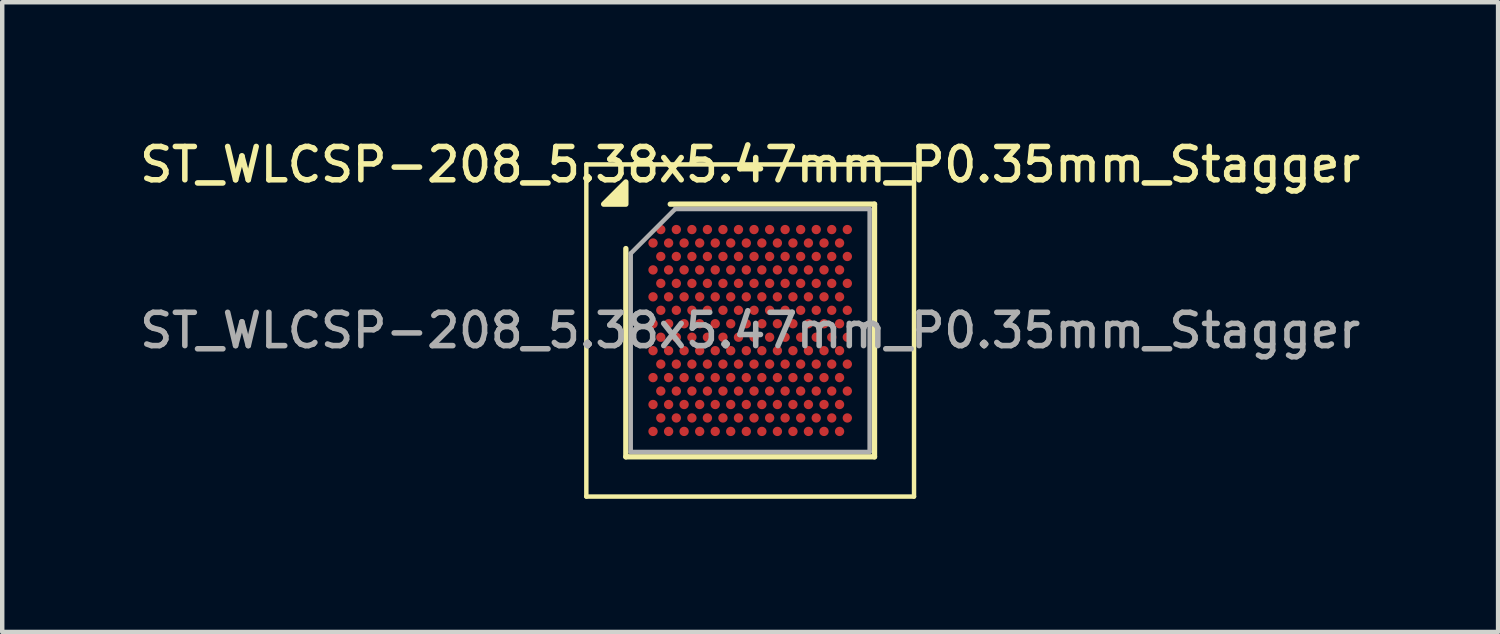
<source format=kicad_pcb>
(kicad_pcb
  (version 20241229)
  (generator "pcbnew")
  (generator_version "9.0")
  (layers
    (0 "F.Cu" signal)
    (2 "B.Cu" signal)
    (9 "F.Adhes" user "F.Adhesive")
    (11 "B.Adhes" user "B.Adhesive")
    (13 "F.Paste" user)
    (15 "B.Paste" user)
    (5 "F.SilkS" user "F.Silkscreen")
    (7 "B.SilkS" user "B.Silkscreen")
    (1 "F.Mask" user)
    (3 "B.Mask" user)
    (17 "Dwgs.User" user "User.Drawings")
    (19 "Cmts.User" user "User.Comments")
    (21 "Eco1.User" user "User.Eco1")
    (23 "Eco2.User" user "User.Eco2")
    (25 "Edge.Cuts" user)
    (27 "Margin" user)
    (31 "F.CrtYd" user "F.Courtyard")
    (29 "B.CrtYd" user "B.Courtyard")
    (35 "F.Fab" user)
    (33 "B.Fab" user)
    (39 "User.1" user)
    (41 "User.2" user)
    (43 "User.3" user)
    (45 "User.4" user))
  (footprint "ST_WLCSP-208_5.38x5.47mm_P0.35mm_Stagger"
    (layer "F.Cu")
    (at 13.845 4.393)
    (property "Reference" "ST_WLCSP-208_5.38x5.47mm_P0.35mm_Stagger" (at 0 -3.735 0) (layer "F.SilkS") (effects (font (size 0.75 0.75) (thickness 0.125))))
    (attr smd)
    (fp_line (start -3.69 -3.74) (end -3.69 3.74) (stroke (width 0.1) (type solid)) (layer "F.SilkS"))
    (fp_line (start -3.69 3.74) (end 3.69 3.74) (stroke (width 0.1) (type solid)) (layer "F.SilkS"))
    (fp_line (start -2.8 2.845) (end -2.8 -1.845) (stroke (width 0.12) (type solid)) (layer "F.SilkS"))
    (fp_line (start -1.8 -2.845) (end 2.8 -2.845) (stroke (width 0.12) (type solid)) (layer "F.SilkS"))
    (fp_line (start 2.8 -2.845) (end 2.8 2.845) (stroke (width 0.12) (type solid)) (layer "F.SilkS"))
    (fp_line (start 2.8 2.845) (end -2.8 2.845) (stroke (width 0.12) (type solid)) (layer "F.SilkS"))
    (fp_line (start 3.69 -3.74) (end -3.69 -3.74) (stroke (width 0.1) (type solid)) (layer "F.SilkS"))
    (fp_line (start 3.69 3.74) (end 3.69 -3.74) (stroke (width 0.1) (type solid)) (layer "F.SilkS"))
    (fp_poly (pts (xy -2.8 -2.845) (xy -3.3 -2.845) (xy -2.8 -3.345) (xy -2.8 -2.845)) (stroke (width 0.12) (type solid)) (fill yes) (layer "F.SilkS"))
    (fp_line (start -2.69 -1.735) (end -1.69 -2.735) (stroke (width 0.1) (type solid)) (layer "F.Fab"))
    (fp_line (start -2.69 2.735) (end -2.69 -1.735) (stroke (width 0.1) (type solid)) (layer "F.Fab"))
    (fp_line (start -1.69 -2.735) (end 2.69 -2.735) (stroke (width 0.1) (type solid)) (layer "F.Fab"))
    (fp_line (start 2.69 -2.735) (end 2.69 2.735) (stroke (width 0.1) (type solid)) (layer "F.Fab"))
    (fp_line (start 2.69 2.735) (end -2.69 2.735) (stroke (width 0.1) (type solid)) (layer "F.Fab"))
    (fp_text user "${REFERENCE}" (at 0 0 0) (layer "F.Fab") (effects (font (size 0.75 0.75) (thickness 0.125))))
    (pad "A2" smd circle (at -2.013 -2.273) (size 0.21 0.21) (property pad_prop_bga) (layers "F.Cu" "F.Mask" "F.Paste"))
    (pad "A4" smd circle (at -1.663 -2.273) (size 0.21 0.21) (property pad_prop_bga) (layers "F.Cu" "F.Mask" "F.Paste"))
    (pad "A6" smd circle (at -1.312 -2.273) (size 0.21 0.21) (property pad_prop_bga) (layers "F.Cu" "F.Mask" "F.Paste"))
    (pad "A8" smd circle (at -0.963 -2.273) (size 0.21 0.21) (property pad_prop_bga) (layers "F.Cu" "F.Mask" "F.Paste"))
    (pad "A10" smd circle (at -0.613 -2.273) (size 0.21 0.21) (property pad_prop_bga) (layers "F.Cu" "F.Mask" "F.Paste"))
    (pad "A12" smd circle (at -0.263 -2.273) (size 0.21 0.21) (property pad_prop_bga) (layers "F.Cu" "F.Mask" "F.Paste"))
    (pad "A14" smd circle (at 0.087 -2.273) (size 0.21 0.21) (property pad_prop_bga) (layers "F.Cu" "F.Mask" "F.Paste"))
    (pad "A16" smd circle (at 0.438 -2.273) (size 0.21 0.21) (property pad_prop_bga) (layers "F.Cu" "F.Mask" "F.Paste"))
    (pad "A18" smd circle (at 0.787 -2.273) (size 0.21 0.21) (property pad_prop_bga) (layers "F.Cu" "F.Mask" "F.Paste"))
    (pad "A20" smd circle (at 1.137 -2.273) (size 0.21 0.21) (property pad_prop_bga) (layers "F.Cu" "F.Mask" "F.Paste"))
    (pad "A22" smd circle (at 1.488 -2.273) (size 0.21 0.21) (property pad_prop_bga) (layers "F.Cu" "F.Mask" "F.Paste"))
    (pad "A24" smd circle (at 1.837 -2.273) (size 0.21 0.21) (property pad_prop_bga) (layers "F.Cu" "F.Mask" "F.Paste"))
    (pad "A26" smd circle (at 2.188 -2.273) (size 0.21 0.21) (property pad_prop_bga) (layers "F.Cu" "F.Mask" "F.Paste"))
    (pad "B1" smd circle (at -2.188 -1.97) (size 0.21 0.21) (property pad_prop_bga) (layers "F.Cu" "F.Mask" "F.Paste"))
    (pad "B3" smd circle (at -1.837 -1.97) (size 0.21 0.21) (property pad_prop_bga) (layers "F.Cu" "F.Mask" "F.Paste"))
    (pad "B5" smd circle (at -1.488 -1.97) (size 0.21 0.21) (property pad_prop_bga) (layers "F.Cu" "F.Mask" "F.Paste"))
    (pad "B7" smd circle (at -1.137 -1.97) (size 0.21 0.21) (property pad_prop_bga) (layers "F.Cu" "F.Mask" "F.Paste"))
    (pad "B9" smd circle (at -0.787 -1.97) (size 0.21 0.21) (property pad_prop_bga) (layers "F.Cu" "F.Mask" "F.Paste"))
    (pad "B11" smd circle (at -0.438 -1.97) (size 0.21 0.21) (property pad_prop_bga) (layers "F.Cu" "F.Mask" "F.Paste"))
    (pad "B13" smd circle (at -0.087 -1.97) (size 0.21 0.21) (property pad_prop_bga) (layers "F.Cu" "F.Mask" "F.Paste"))
    (pad "B15" smd circle (at 0.263 -1.97) (size 0.21 0.21) (property pad_prop_bga) (layers "F.Cu" "F.Mask" "F.Paste"))
    (pad "B17" smd circle (at 0.613 -1.97) (size 0.21 0.21) (property pad_prop_bga) (layers "F.Cu" "F.Mask" "F.Paste"))
    (pad "B19" smd circle (at 0.963 -1.97) (size 0.21 0.21) (property pad_prop_bga) (layers "F.Cu" "F.Mask" "F.Paste"))
    (pad "B21" smd circle (at 1.312 -1.97) (size 0.21 0.21) (property pad_prop_bga) (layers "F.Cu" "F.Mask" "F.Paste"))
    (pad "B23" smd circle (at 1.663 -1.97) (size 0.21 0.21) (property pad_prop_bga) (layers "F.Cu" "F.Mask" "F.Paste"))
    (pad "B25" smd circle (at 2.013 -1.97) (size 0.21 0.21) (property pad_prop_bga) (layers "F.Cu" "F.Mask" "F.Paste"))
    (pad "C2" smd circle (at -2.013 -1.667) (size 0.21 0.21) (property pad_prop_bga) (layers "F.Cu" "F.Mask" "F.Paste"))
    (pad "C4" smd circle (at -1.663 -1.667) (size 0.21 0.21) (property pad_prop_bga) (layers "F.Cu" "F.Mask" "F.Paste"))
    (pad "C6" smd circle (at -1.312 -1.667) (size 0.21 0.21) (property pad_prop_bga) (layers "F.Cu" "F.Mask" "F.Paste"))
    (pad "C8" smd circle (at -0.963 -1.667) (size 0.21 0.21) (property pad_prop_bga) (layers "F.Cu" "F.Mask" "F.Paste"))
    (pad "C10" smd circle (at -0.613 -1.667) (size 0.21 0.21) (property pad_prop_bga) (layers "F.Cu" "F.Mask" "F.Paste"))
    (pad "C12" smd circle (at -0.263 -1.667) (size 0.21 0.21) (property pad_prop_bga) (layers "F.Cu" "F.Mask" "F.Paste"))
    (pad "C14" smd circle (at 0.087 -1.667) (size 0.21 0.21) (property pad_prop_bga) (layers "F.Cu" "F.Mask" "F.Paste"))
    (pad "C16" smd circle (at 0.438 -1.667) (size 0.21 0.21) (property pad_prop_bga) (layers "F.Cu" "F.Mask" "F.Paste"))
    (pad "C18" smd circle (at 0.787 -1.667) (size 0.21 0.21) (property pad_prop_bga) (layers "F.Cu" "F.Mask" "F.Paste"))
    (pad "C20" smd circle (at 1.137 -1.667) (size 0.21 0.21) (property pad_prop_bga) (layers "F.Cu" "F.Mask" "F.Paste"))
    (pad "C22" smd circle (at 1.488 -1.667) (size 0.21 0.21) (property pad_prop_bga) (layers "F.Cu" "F.Mask" "F.Paste"))
    (pad "C24" smd circle (at 1.837 -1.667) (size 0.21 0.21) (property pad_prop_bga) (layers "F.Cu" "F.Mask" "F.Paste"))
    (pad "C26" smd circle (at 2.188 -1.667) (size 0.21 0.21) (property pad_prop_bga) (layers "F.Cu" "F.Mask" "F.Paste"))
    (pad "D1" smd circle (at -2.188 -1.364) (size 0.21 0.21) (property pad_prop_bga) (layers "F.Cu" "F.Mask" "F.Paste"))
    (pad "D3" smd circle (at -1.837 -1.364) (size 0.21 0.21) (property pad_prop_bga) (layers "F.Cu" "F.Mask" "F.Paste"))
    (pad "D5" smd circle (at -1.488 -1.364) (size 0.21 0.21) (property pad_prop_bga) (layers "F.Cu" "F.Mask" "F.Paste"))
    (pad "D7" smd circle (at -1.137 -1.364) (size 0.21 0.21) (property pad_prop_bga) (layers "F.Cu" "F.Mask" "F.Paste"))
    (pad "D9" smd circle (at -0.787 -1.364) (size 0.21 0.21) (property pad_prop_bga) (layers "F.Cu" "F.Mask" "F.Paste"))
    (pad "D11" smd circle (at -0.438 -1.364) (size 0.21 0.21) (property pad_prop_bga) (layers "F.Cu" "F.Mask" "F.Paste"))
    (pad "D13" smd circle (at -0.087 -1.364) (size 0.21 0.21) (property pad_prop_bga) (layers "F.Cu" "F.Mask" "F.Paste"))
    (pad "D15" smd circle (at 0.263 -1.364) (size 0.21 0.21) (property pad_prop_bga) (layers "F.Cu" "F.Mask" "F.Paste"))
    (pad "D17" smd circle (at 0.613 -1.364) (size 0.21 0.21) (property pad_prop_bga) (layers "F.Cu" "F.Mask" "F.Paste"))
    (pad "D19" smd circle (at 0.963 -1.364) (size 0.21 0.21) (property pad_prop_bga) (layers "F.Cu" "F.Mask" "F.Paste"))
    (pad "D21" smd circle (at 1.312 -1.364) (size 0.21 0.21) (property pad_prop_bga) (layers "F.Cu" "F.Mask" "F.Paste"))
    (pad "D23" smd circle (at 1.663 -1.364) (size 0.21 0.21) (property pad_prop_bga) (layers "F.Cu" "F.Mask" "F.Paste"))
    (pad "D25" smd circle (at 2.013 -1.364) (size 0.21 0.21) (property pad_prop_bga) (layers "F.Cu" "F.Mask" "F.Paste"))
    (pad "E2" smd circle (at -2.013 -1.061) (size 0.21 0.21) (property pad_prop_bga) (layers "F.Cu" "F.Mask" "F.Paste"))
    (pad "E4" smd circle (at -1.663 -1.061) (size 0.21 0.21) (property pad_prop_bga) (layers "F.Cu" "F.Mask" "F.Paste"))
    (pad "E6" smd circle (at -1.312 -1.061) (size 0.21 0.21) (property pad_prop_bga) (layers "F.Cu" "F.Mask" "F.Paste"))
    (pad "E8" smd circle (at -0.963 -1.061) (size 0.21 0.21) (property pad_prop_bga) (layers "F.Cu" "F.Mask" "F.Paste"))
    (pad "E10" smd circle (at -0.613 -1.061) (size 0.21 0.21) (property pad_prop_bga) (layers "F.Cu" "F.Mask" "F.Paste"))
    (pad "E12" smd circle (at -0.263 -1.061) (size 0.21 0.21) (property pad_prop_bga) (layers "F.Cu" "F.Mask" "F.Paste"))
    (pad "E14" smd circle (at 0.087 -1.061) (size 0.21 0.21) (property pad_prop_bga) (layers "F.Cu" "F.Mask" "F.Paste"))
    (pad "E16" smd circle (at 0.438 -1.061) (size 0.21 0.21) (property pad_prop_bga) (layers "F.Cu" "F.Mask" "F.Paste"))
    (pad "E18" smd circle (at 0.787 -1.061) (size 0.21 0.21) (property pad_prop_bga) (layers "F.Cu" "F.Mask" "F.Paste"))
    (pad "E20" smd circle (at 1.137 -1.061) (size 0.21 0.21) (property pad_prop_bga) (layers "F.Cu" "F.Mask" "F.Paste"))
    (pad "E22" smd circle (at 1.488 -1.061) (size 0.21 0.21) (property pad_prop_bga) (layers "F.Cu" "F.Mask" "F.Paste"))
    (pad "E24" smd circle (at 1.837 -1.061) (size 0.21 0.21) (property pad_prop_bga) (layers "F.Cu" "F.Mask" "F.Paste"))
    (pad "E26" smd circle (at 2.188 -1.061) (size 0.21 0.21) (property pad_prop_bga) (layers "F.Cu" "F.Mask" "F.Paste"))
    (pad "F1" smd circle (at -2.188 -0.758) (size 0.21 0.21) (property pad_prop_bga) (layers "F.Cu" "F.Mask" "F.Paste"))
    (pad "F3" smd circle (at -1.837 -0.758) (size 0.21 0.21) (property pad_prop_bga) (layers "F.Cu" "F.Mask" "F.Paste"))
    (pad "F5" smd circle (at -1.488 -0.758) (size 0.21 0.21) (property pad_prop_bga) (layers "F.Cu" "F.Mask" "F.Paste"))
    (pad "F7" smd circle (at -1.137 -0.758) (size 0.21 0.21) (property pad_prop_bga) (layers "F.Cu" "F.Mask" "F.Paste"))
    (pad "F9" smd circle (at -0.787 -0.758) (size 0.21 0.21) (property pad_prop_bga) (layers "F.Cu" "F.Mask" "F.Paste"))
    (pad "F11" smd circle (at -0.438 -0.758) (size 0.21 0.21) (property pad_prop_bga) (layers "F.Cu" "F.Mask" "F.Paste"))
    (pad "F13" smd circle (at -0.087 -0.758) (size 0.21 0.21) (property pad_prop_bga) (layers "F.Cu" "F.Mask" "F.Paste"))
    (pad "F15" smd circle (at 0.263 -0.758) (size 0.21 0.21) (property pad_prop_bga) (layers "F.Cu" "F.Mask" "F.Paste"))
    (pad "F17" smd circle (at 0.613 -0.758) (size 0.21 0.21) (property pad_prop_bga) (layers "F.Cu" "F.Mask" "F.Paste"))
    (pad "F19" smd circle (at 0.963 -0.758) (size 0.21 0.21) (property pad_prop_bga) (layers "F.Cu" "F.Mask" "F.Paste"))
    (pad "F21" smd circle (at 1.312 -0.758) (size 0.21 0.21) (property pad_prop_bga) (layers "F.Cu" "F.Mask" "F.Paste"))
    (pad "F23" smd circle (at 1.663 -0.758) (size 0.21 0.21) (property pad_prop_bga) (layers "F.Cu" "F.Mask" "F.Paste"))
    (pad "F25" smd circle (at 2.013 -0.758) (size 0.21 0.21) (property pad_prop_bga) (layers "F.Cu" "F.Mask" "F.Paste"))
    (pad "G2" smd circle (at -2.013 -0.455) (size 0.21 0.21) (property pad_prop_bga) (layers "F.Cu" "F.Mask" "F.Paste"))
    (pad "G4" smd circle (at -1.663 -0.455) (size 0.21 0.21) (property pad_prop_bga) (layers "F.Cu" "F.Mask" "F.Paste"))
    (pad "G6" smd circle (at -1.312 -0.455) (size 0.21 0.21) (property pad_prop_bga) (layers "F.Cu" "F.Mask" "F.Paste"))
    (pad "G8" smd circle (at -0.963 -0.455) (size 0.21 0.21) (property pad_prop_bga) (layers "F.Cu" "F.Mask" "F.Paste"))
    (pad "G10" smd circle (at -0.613 -0.455) (size 0.21 0.21) (property pad_prop_bga) (layers "F.Cu" "F.Mask" "F.Paste"))
    (pad "G12" smd circle (at -0.263 -0.455) (size 0.21 0.21) (property pad_prop_bga) (layers "F.Cu" "F.Mask" "F.Paste"))
    (pad "G14" smd circle (at 0.087 -0.455) (size 0.21 0.21) (property pad_prop_bga) (layers "F.Cu" "F.Mask" "F.Paste"))
    (pad "G16" smd circle (at 0.438 -0.455) (size 0.21 0.21) (property pad_prop_bga) (layers "F.Cu" "F.Mask" "F.Paste"))
    (pad "G18" smd circle (at 0.787 -0.455) (size 0.21 0.21) (property pad_prop_bga) (layers "F.Cu" "F.Mask" "F.Paste"))
    (pad "G20" smd circle (at 1.137 -0.455) (size 0.21 0.21) (property pad_prop_bga) (layers "F.Cu" "F.Mask" "F.Paste"))
    (pad "G22" smd circle (at 1.488 -0.455) (size 0.21 0.21) (property pad_prop_bga) (layers "F.Cu" "F.Mask" "F.Paste"))
    (pad "G24" smd circle (at 1.837 -0.455) (size 0.21 0.21) (property pad_prop_bga) (layers "F.Cu" "F.Mask" "F.Paste"))
    (pad "G26" smd circle (at 2.188 -0.455) (size 0.21 0.21) (property pad_prop_bga) (layers "F.Cu" "F.Mask" "F.Paste"))
    (pad "H1" smd circle (at -2.188 -0.152) (size 0.21 0.21) (property pad_prop_bga) (layers "F.Cu" "F.Mask" "F.Paste"))
    (pad "H3" smd circle (at -1.837 -0.152) (size 0.21 0.21) (property pad_prop_bga) (layers "F.Cu" "F.Mask" "F.Paste"))
    (pad "H5" smd circle (at -1.488 -0.152) (size 0.21 0.21) (property pad_prop_bga) (layers "F.Cu" "F.Mask" "F.Paste"))
    (pad "H7" smd circle (at -1.137 -0.152) (size 0.21 0.21) (property pad_prop_bga) (layers "F.Cu" "F.Mask" "F.Paste"))
    (pad "H9" smd circle (at -0.787 -0.152) (size 0.21 0.21) (property pad_prop_bga) (layers "F.Cu" "F.Mask" "F.Paste"))
    (pad "H11" smd circle (at -0.438 -0.152) (size 0.21 0.21) (property pad_prop_bga) (layers "F.Cu" "F.Mask" "F.Paste"))
    (pad "H13" smd circle (at -0.087 -0.152) (size 0.21 0.21) (property pad_prop_bga) (layers "F.Cu" "F.Mask" "F.Paste"))
    (pad "H15" smd circle (at 0.263 -0.152) (size 0.21 0.21) (property pad_prop_bga) (layers "F.Cu" "F.Mask" "F.Paste"))
    (pad "H17" smd circle (at 0.613 -0.152) (size 0.21 0.21) (property pad_prop_bga) (layers "F.Cu" "F.Mask" "F.Paste"))
    (pad "H19" smd circle (at 0.963 -0.152) (size 0.21 0.21) (property pad_prop_bga) (layers "F.Cu" "F.Mask" "F.Paste"))
    (pad "H21" smd circle (at 1.312 -0.152) (size 0.21 0.21) (property pad_prop_bga) (layers "F.Cu" "F.Mask" "F.Paste"))
    (pad "H23" smd circle (at 1.663 -0.152) (size 0.21 0.21) (property pad_prop_bga) (layers "F.Cu" "F.Mask" "F.Paste"))
    (pad "H25" smd circle (at 2.013 -0.152) (size 0.21 0.21) (property pad_prop_bga) (layers "F.Cu" "F.Mask" "F.Paste"))
    (pad "J2" smd circle (at -2.013 0.152) (size 0.21 0.21) (property pad_prop_bga) (layers "F.Cu" "F.Mask" "F.Paste"))
    (pad "J4" smd circle (at -1.663 0.152) (size 0.21 0.21) (property pad_prop_bga) (layers "F.Cu" "F.Mask" "F.Paste"))
    (pad "J6" smd circle (at -1.312 0.152) (size 0.21 0.21) (property pad_prop_bga) (layers "F.Cu" "F.Mask" "F.Paste"))
    (pad "J8" smd circle (at -0.963 0.152) (size 0.21 0.21) (property pad_prop_bga) (layers "F.Cu" "F.Mask" "F.Paste"))
    (pad "J10" smd circle (at -0.613 0.152) (size 0.21 0.21) (property pad_prop_bga) (layers "F.Cu" "F.Mask" "F.Paste"))
    (pad "J12" smd circle (at -0.263 0.152) (size 0.21 0.21) (property pad_prop_bga) (layers "F.Cu" "F.Mask" "F.Paste"))
    (pad "J14" smd circle (at 0.087 0.152) (size 0.21 0.21) (property pad_prop_bga) (layers "F.Cu" "F.Mask" "F.Paste"))
    (pad "J16" smd circle (at 0.438 0.152) (size 0.21 0.21) (property pad_prop_bga) (layers "F.Cu" "F.Mask" "F.Paste"))
    (pad "J18" smd circle (at 0.787 0.152) (size 0.21 0.21) (property pad_prop_bga) (layers "F.Cu" "F.Mask" "F.Paste"))
    (pad "J20" smd circle (at 1.137 0.152) (size 0.21 0.21) (property pad_prop_bga) (layers "F.Cu" "F.Mask" "F.Paste"))
    (pad "J22" smd circle (at 1.488 0.152) (size 0.21 0.21) (property pad_prop_bga) (layers "F.Cu" "F.Mask" "F.Paste"))
    (pad "J24" smd circle (at 1.837 0.152) (size 0.21 0.21) (property pad_prop_bga) (layers "F.Cu" "F.Mask" "F.Paste"))
    (pad "J26" smd circle (at 2.188 0.152) (size 0.21 0.21) (property pad_prop_bga) (layers "F.Cu" "F.Mask" "F.Paste"))
    (pad "K1" smd circle (at -2.188 0.455) (size 0.21 0.21) (property pad_prop_bga) (layers "F.Cu" "F.Mask" "F.Paste"))
    (pad "K3" smd circle (at -1.837 0.455) (size 0.21 0.21) (property pad_prop_bga) (layers "F.Cu" "F.Mask" "F.Paste"))
    (pad "K5" smd circle (at -1.488 0.455) (size 0.21 0.21) (property pad_prop_bga) (layers "F.Cu" "F.Mask" "F.Paste"))
    (pad "K7" smd circle (at -1.137 0.455) (size 0.21 0.21) (property pad_prop_bga) (layers "F.Cu" "F.Mask" "F.Paste"))
    (pad "K9" smd circle (at -0.787 0.455) (size 0.21 0.21) (property pad_prop_bga) (layers "F.Cu" "F.Mask" "F.Paste"))
    (pad "K11" smd circle (at -0.438 0.455) (size 0.21 0.21) (property pad_prop_bga) (layers "F.Cu" "F.Mask" "F.Paste"))
    (pad "K13" smd circle (at -0.087 0.455) (size 0.21 0.21) (property pad_prop_bga) (layers "F.Cu" "F.Mask" "F.Paste"))
    (pad "K15" smd circle (at 0.263 0.455) (size 0.21 0.21) (property pad_prop_bga) (layers "F.Cu" "F.Mask" "F.Paste"))
    (pad "K17" smd circle (at 0.613 0.455) (size 0.21 0.21) (property pad_prop_bga) (layers "F.Cu" "F.Mask" "F.Paste"))
    (pad "K19" smd circle (at 0.963 0.455) (size 0.21 0.21) (property pad_prop_bga) (layers "F.Cu" "F.Mask" "F.Paste"))
    (pad "K21" smd circle (at 1.312 0.455) (size 0.21 0.21) (property pad_prop_bga) (layers "F.Cu" "F.Mask" "F.Paste"))
    (pad "K23" smd circle (at 1.663 0.455) (size 0.21 0.21) (property pad_prop_bga) (layers "F.Cu" "F.Mask" "F.Paste"))
    (pad "K25" smd circle (at 2.013 0.455) (size 0.21 0.21) (property pad_prop_bga) (layers "F.Cu" "F.Mask" "F.Paste"))
    (pad "L2" smd circle (at -2.013 0.758) (size 0.21 0.21) (property pad_prop_bga) (layers "F.Cu" "F.Mask" "F.Paste"))
    (pad "L4" smd circle (at -1.663 0.758) (size 0.21 0.21) (property pad_prop_bga) (layers "F.Cu" "F.Mask" "F.Paste"))
    (pad "L6" smd circle (at -1.312 0.758) (size 0.21 0.21) (property pad_prop_bga) (layers "F.Cu" "F.Mask" "F.Paste"))
    (pad "L8" smd circle (at -0.963 0.758) (size 0.21 0.21) (property pad_prop_bga) (layers "F.Cu" "F.Mask" "F.Paste"))
    (pad "L10" smd circle (at -0.613 0.758) (size 0.21 0.21) (property pad_prop_bga) (layers "F.Cu" "F.Mask" "F.Paste"))
    (pad "L12" smd circle (at -0.263 0.758) (size 0.21 0.21) (property pad_prop_bga) (layers "F.Cu" "F.Mask" "F.Paste"))
    (pad "L14" smd circle (at 0.087 0.758) (size 0.21 0.21) (property pad_prop_bga) (layers "F.Cu" "F.Mask" "F.Paste"))
    (pad "L16" smd circle (at 0.438 0.758) (size 0.21 0.21) (property pad_prop_bga) (layers "F.Cu" "F.Mask" "F.Paste"))
    (pad "L18" smd circle (at 0.787 0.758) (size 0.21 0.21) (property pad_prop_bga) (layers "F.Cu" "F.Mask" "F.Paste"))
    (pad "L20" smd circle (at 1.137 0.758) (size 0.21 0.21) (property pad_prop_bga) (layers "F.Cu" "F.Mask" "F.Paste"))
    (pad "L22" smd circle (at 1.488 0.758) (size 0.21 0.21) (property pad_prop_bga) (layers "F.Cu" "F.Mask" "F.Paste"))
    (pad "L24" smd circle (at 1.837 0.758) (size 0.21 0.21) (property pad_prop_bga) (layers "F.Cu" "F.Mask" "F.Paste"))
    (pad "L26" smd circle (at 2.188 0.758) (size 0.21 0.21) (property pad_prop_bga) (layers "F.Cu" "F.Mask" "F.Paste"))
    (pad "M1" smd circle (at -2.188 1.061) (size 0.21 0.21) (property pad_prop_bga) (layers "F.Cu" "F.Mask" "F.Paste"))
    (pad "M3" smd circle (at -1.837 1.061) (size 0.21 0.21) (property pad_prop_bga) (layers "F.Cu" "F.Mask" "F.Paste"))
    (pad "M5" smd circle (at -1.488 1.061) (size 0.21 0.21) (property pad_prop_bga) (layers "F.Cu" "F.Mask" "F.Paste"))
    (pad "M7" smd circle (at -1.137 1.061) (size 0.21 0.21) (property pad_prop_bga) (layers "F.Cu" "F.Mask" "F.Paste"))
    (pad "M9" smd circle (at -0.787 1.061) (size 0.21 0.21) (property pad_prop_bga) (layers "F.Cu" "F.Mask" "F.Paste"))
    (pad "M11" smd circle (at -0.438 1.061) (size 0.21 0.21) (property pad_prop_bga) (layers "F.Cu" "F.Mask" "F.Paste"))
    (pad "M13" smd circle (at -0.087 1.061) (size 0.21 0.21) (property pad_prop_bga) (layers "F.Cu" "F.Mask" "F.Paste"))
    (pad "M15" smd circle (at 0.263 1.061) (size 0.21 0.21) (property pad_prop_bga) (layers "F.Cu" "F.Mask" "F.Paste"))
    (pad "M17" smd circle (at 0.613 1.061) (size 0.21 0.21) (property pad_prop_bga) (layers "F.Cu" "F.Mask" "F.Paste"))
    (pad "M19" smd circle (at 0.963 1.061) (size 0.21 0.21) (property pad_prop_bga) (layers "F.Cu" "F.Mask" "F.Paste"))
    (pad "M21" smd circle (at 1.312 1.061) (size 0.21 0.21) (property pad_prop_bga) (layers "F.Cu" "F.Mask" "F.Paste"))
    (pad "M23" smd circle (at 1.663 1.061) (size 0.21 0.21) (property pad_prop_bga) (layers "F.Cu" "F.Mask" "F.Paste"))
    (pad "M25" smd circle (at 2.013 1.061) (size 0.21 0.21) (property pad_prop_bga) (layers "F.Cu" "F.Mask" "F.Paste"))
    (pad "N2" smd circle (at -2.013 1.364) (size 0.21 0.21) (property pad_prop_bga) (layers "F.Cu" "F.Mask" "F.Paste"))
    (pad "N4" smd circle (at -1.663 1.364) (size 0.21 0.21) (property pad_prop_bga) (layers "F.Cu" "F.Mask" "F.Paste"))
    (pad "N6" smd circle (at -1.312 1.364) (size 0.21 0.21) (property pad_prop_bga) (layers "F.Cu" "F.Mask" "F.Paste"))
    (pad "N8" smd circle (at -0.963 1.364) (size 0.21 0.21) (property pad_prop_bga) (layers "F.Cu" "F.Mask" "F.Paste"))
    (pad "N10" smd circle (at -0.613 1.364) (size 0.21 0.21) (property pad_prop_bga) (layers "F.Cu" "F.Mask" "F.Paste"))
    (pad "N12" smd circle (at -0.263 1.364) (size 0.21 0.21) (property pad_prop_bga) (layers "F.Cu" "F.Mask" "F.Paste"))
    (pad "N14" smd circle (at 0.087 1.364) (size 0.21 0.21) (property pad_prop_bga) (layers "F.Cu" "F.Mask" "F.Paste"))
    (pad "N16" smd circle (at 0.438 1.364) (size 0.21 0.21) (property pad_prop_bga) (layers "F.Cu" "F.Mask" "F.Paste"))
    (pad "N18" smd circle (at 0.787 1.364) (size 0.21 0.21) (property pad_prop_bga) (layers "F.Cu" "F.Mask" "F.Paste"))
    (pad "N20" smd circle (at 1.137 1.364) (size 0.21 0.21) (property pad_prop_bga) (layers "F.Cu" "F.Mask" "F.Paste"))
    (pad "N22" smd circle (at 1.488 1.364) (size 0.21 0.21) (property pad_prop_bga) (layers "F.Cu" "F.Mask" "F.Paste"))
    (pad "N24" smd circle (at 1.837 1.364) (size 0.21 0.21) (property pad_prop_bga) (layers "F.Cu" "F.Mask" "F.Paste"))
    (pad "N26" smd circle (at 2.188 1.364) (size 0.21 0.21) (property pad_prop_bga) (layers "F.Cu" "F.Mask" "F.Paste"))
    (pad "P1" smd circle (at -2.188 1.667) (size 0.21 0.21) (property pad_prop_bga) (layers "F.Cu" "F.Mask" "F.Paste"))
    (pad "P3" smd circle (at -1.837 1.667) (size 0.21 0.21) (property pad_prop_bga) (layers "F.Cu" "F.Mask" "F.Paste"))
    (pad "P5" smd circle (at -1.488 1.667) (size 0.21 0.21) (property pad_prop_bga) (layers "F.Cu" "F.Mask" "F.Paste"))
    (pad "P7" smd circle (at -1.137 1.667) (size 0.21 0.21) (property pad_prop_bga) (layers "F.Cu" "F.Mask" "F.Paste"))
    (pad "P9" smd circle (at -0.787 1.667) (size 0.21 0.21) (property pad_prop_bga) (layers "F.Cu" "F.Mask" "F.Paste"))
    (pad "P11" smd circle (at -0.438 1.667) (size 0.21 0.21) (property pad_prop_bga) (layers "F.Cu" "F.Mask" "F.Paste"))
    (pad "P13" smd circle (at -0.087 1.667) (size 0.21 0.21) (property pad_prop_bga) (layers "F.Cu" "F.Mask" "F.Paste"))
    (pad "P15" smd circle (at 0.263 1.667) (size 0.21 0.21) (property pad_prop_bga) (layers "F.Cu" "F.Mask" "F.Paste"))
    (pad "P17" smd circle (at 0.613 1.667) (size 0.21 0.21) (property pad_prop_bga) (layers "F.Cu" "F.Mask" "F.Paste"))
    (pad "P19" smd circle (at 0.963 1.667) (size 0.21 0.21) (property pad_prop_bga) (layers "F.Cu" "F.Mask" "F.Paste"))
    (pad "P21" smd circle (at 1.312 1.667) (size 0.21 0.21) (property pad_prop_bga) (layers "F.Cu" "F.Mask" "F.Paste"))
    (pad "P23" smd circle (at 1.663 1.667) (size 0.21 0.21) (property pad_prop_bga) (layers "F.Cu" "F.Mask" "F.Paste"))
    (pad "P25" smd circle (at 2.013 1.667) (size 0.21 0.21) (property pad_prop_bga) (layers "F.Cu" "F.Mask" "F.Paste"))
    (pad "R2" smd circle (at -2.013 1.97) (size 0.21 0.21) (property pad_prop_bga) (layers "F.Cu" "F.Mask" "F.Paste"))
    (pad "R4" smd circle (at -1.663 1.97) (size 0.21 0.21) (property pad_prop_bga) (layers "F.Cu" "F.Mask" "F.Paste"))
    (pad "R6" smd circle (at -1.312 1.97) (size 0.21 0.21) (property pad_prop_bga) (layers "F.Cu" "F.Mask" "F.Paste"))
    (pad "R8" smd circle (at -0.963 1.97) (size 0.21 0.21) (property pad_prop_bga) (layers "F.Cu" "F.Mask" "F.Paste"))
    (pad "R10" smd circle (at -0.613 1.97) (size 0.21 0.21) (property pad_prop_bga) (layers "F.Cu" "F.Mask" "F.Paste"))
    (pad "R12" smd circle (at -0.263 1.97) (size 0.21 0.21) (property pad_prop_bga) (layers "F.Cu" "F.Mask" "F.Paste"))
    (pad "R14" smd circle (at 0.087 1.97) (size 0.21 0.21) (property pad_prop_bga) (layers "F.Cu" "F.Mask" "F.Paste"))
    (pad "R16" smd circle (at 0.438 1.97) (size 0.21 0.21) (property pad_prop_bga) (layers "F.Cu" "F.Mask" "F.Paste"))
    (pad "R18" smd circle (at 0.787 1.97) (size 0.21 0.21) (property pad_prop_bga) (layers "F.Cu" "F.Mask" "F.Paste"))
    (pad "R20" smd circle (at 1.137 1.97) (size 0.21 0.21) (property pad_prop_bga) (layers "F.Cu" "F.Mask" "F.Paste"))
    (pad "R22" smd circle (at 1.488 1.97) (size 0.21 0.21) (property pad_prop_bga) (layers "F.Cu" "F.Mask" "F.Paste"))
    (pad "R24" smd circle (at 1.837 1.97) (size 0.21 0.21) (property pad_prop_bga) (layers "F.Cu" "F.Mask" "F.Paste"))
    (pad "R26" smd circle (at 2.188 1.97) (size 0.21 0.21) (property pad_prop_bga) (layers "F.Cu" "F.Mask" "F.Paste"))
    (pad "T1" smd circle (at -2.188 2.273) (size 0.21 0.21) (property pad_prop_bga) (layers "F.Cu" "F.Mask" "F.Paste"))
    (pad "T3" smd circle (at -1.837 2.273) (size 0.21 0.21) (property pad_prop_bga) (layers "F.Cu" "F.Mask" "F.Paste"))
    (pad "T5" smd circle (at -1.488 2.273) (size 0.21 0.21) (property pad_prop_bga) (layers "F.Cu" "F.Mask" "F.Paste"))
    (pad "T7" smd circle (at -1.137 2.273) (size 0.21 0.21) (property pad_prop_bga) (layers "F.Cu" "F.Mask" "F.Paste"))
    (pad "T9" smd circle (at -0.787 2.273) (size 0.21 0.21) (property pad_prop_bga) (layers "F.Cu" "F.Mask" "F.Paste"))
    (pad "T11" smd circle (at -0.438 2.273) (size 0.21 0.21) (property pad_prop_bga) (layers "F.Cu" "F.Mask" "F.Paste"))
    (pad "T13" smd circle (at -0.087 2.273) (size 0.21 0.21) (property pad_prop_bga) (layers "F.Cu" "F.Mask" "F.Paste"))
    (pad "T15" smd circle (at 0.263 2.273) (size 0.21 0.21) (property pad_prop_bga) (layers "F.Cu" "F.Mask" "F.Paste"))
    (pad "T17" smd circle (at 0.613 2.273) (size 0.21 0.21) (property pad_prop_bga) (layers "F.Cu" "F.Mask" "F.Paste"))
    (pad "T19" smd circle (at 0.963 2.273) (size 0.21 0.21) (property pad_prop_bga) (layers "F.Cu" "F.Mask" "F.Paste"))
    (pad "T21" smd circle (at 1.312 2.273) (size 0.21 0.21) (property pad_prop_bga) (layers "F.Cu" "F.Mask" "F.Paste"))
    (pad "T23" smd circle (at 1.663 2.273) (size 0.21 0.21) (property pad_prop_bga) (layers "F.Cu" "F.Mask" "F.Paste"))
    (pad "T25" smd circle (at 2.013 2.273) (size 0.21 0.21) (property pad_prop_bga) (layers "F.Cu" "F.Mask" "F.Paste")))
  (gr_rect
    (start -3 -3)
    (end 30.689 11.183)
    (stroke (width 0.1) (type default))
    (fill no)
    (layer "Edge.Cuts")))
</source>
